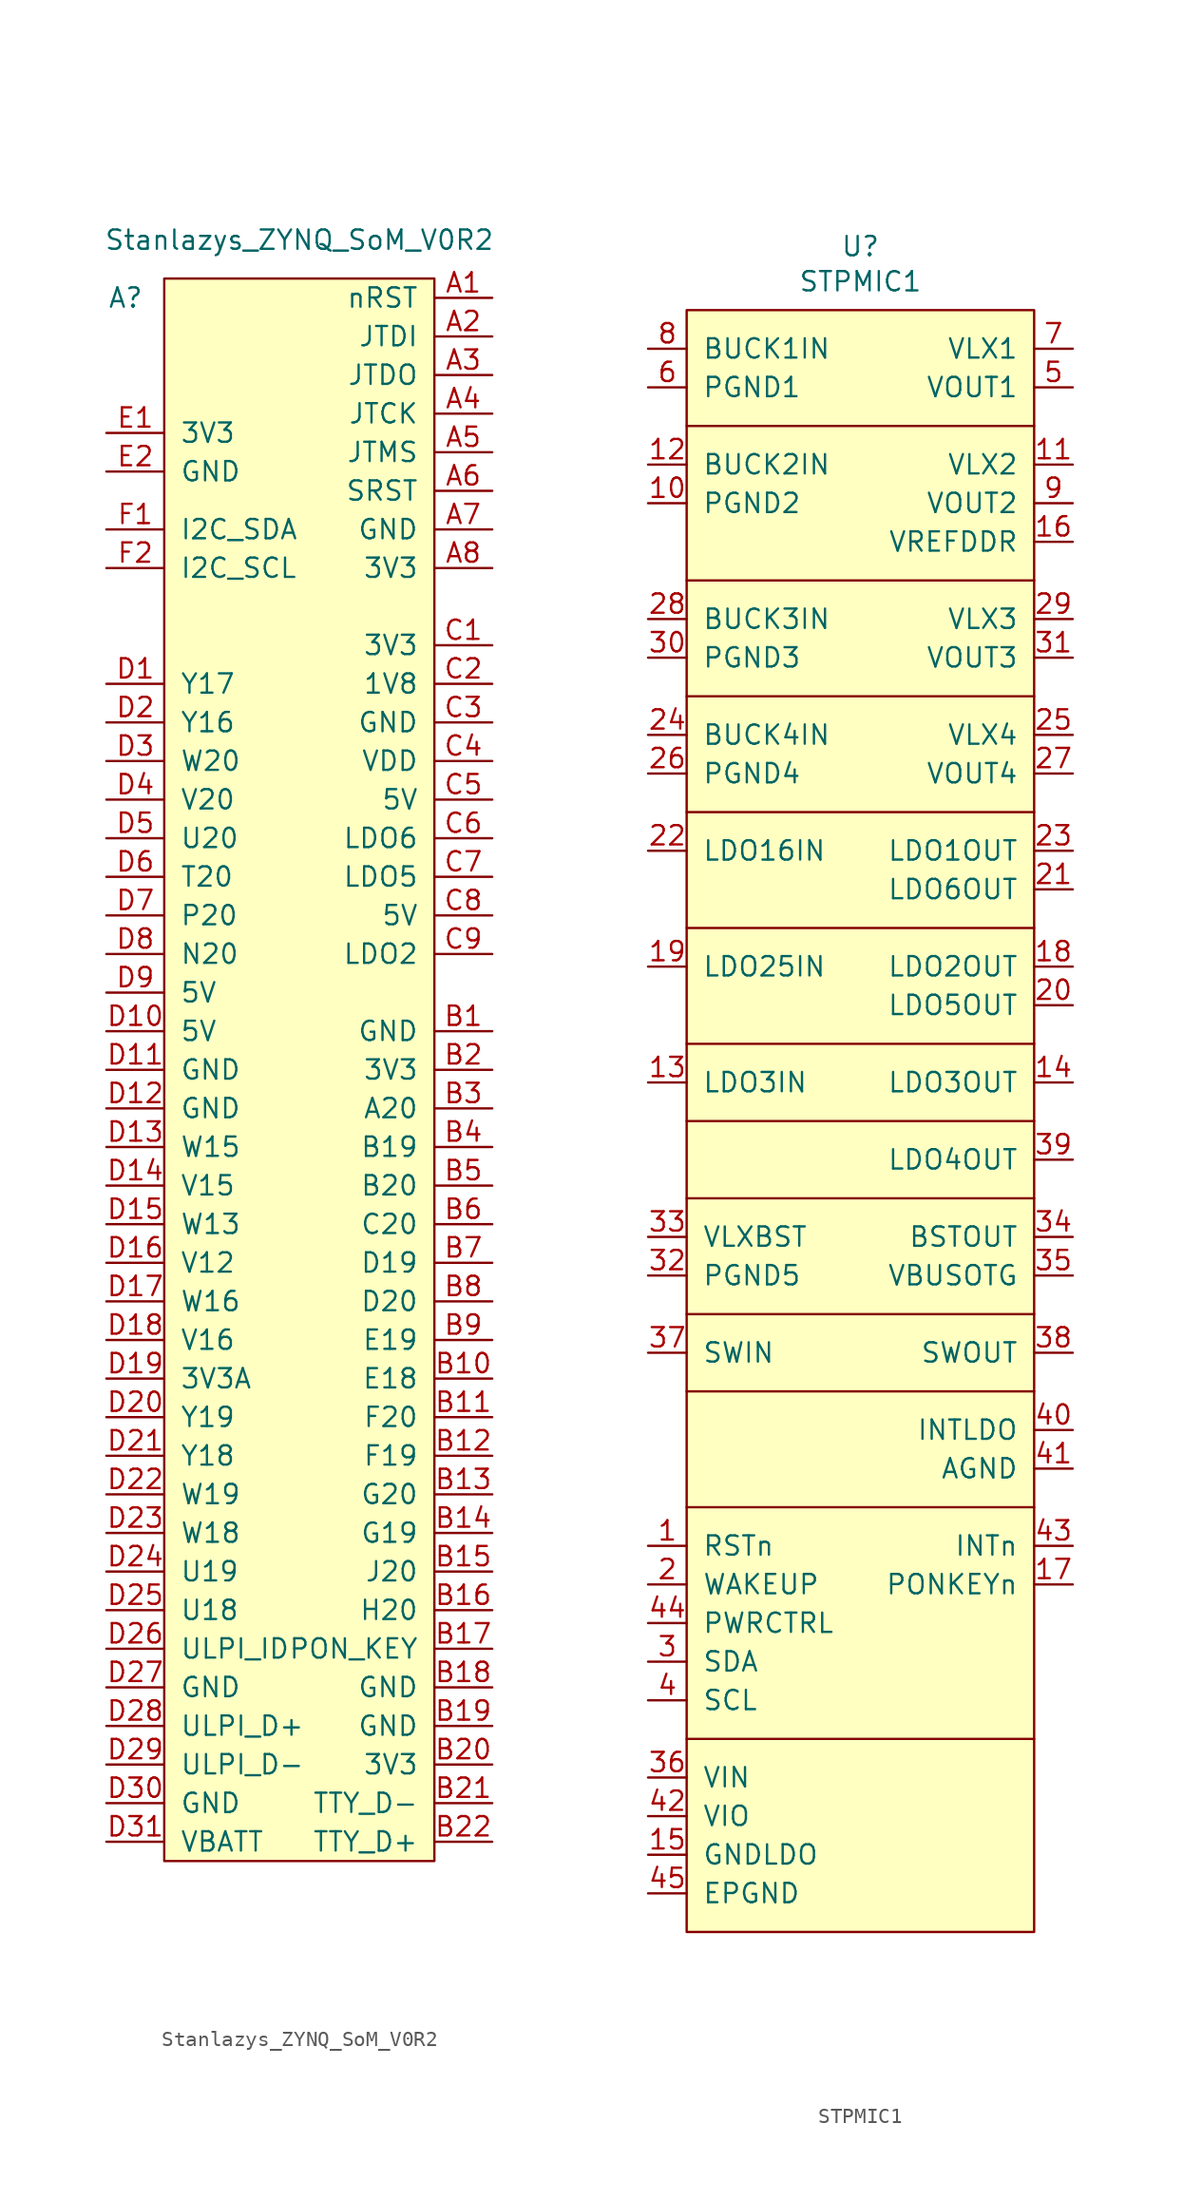
<source format=kicad_sym>
(kicad_symbol_lib
  (version 20211014)
  (generator kicad_symbol_editor)
  (symbol "Stanlazys_ZYNQ_SoM_V0R2"
    (pin_names
      (offset 1.016))
    (property "Reference" "A"
      (at -11.43 50.8 0)
      (effects (font (size 1.27 1.27))))
    (property "Value" "Stanlazys_ZYNQ_SoM_V0R2"
      (at 0 54.61 0)
      (effects (font (size 1.27 1.27))))
    (symbol "Stanlazys_ZYNQ_SoM_V0R2_0_1"
      (rectangle (start 8.89 52.07) (end -8.89 -52.07) (stroke (width 0) (type default) (color 0 0 0 0)) (fill (type background))))
    (symbol "Stanlazys_ZYNQ_SoM_V0R2_1_1"
      (pin bidirectional line (at 12.7 50.8 180) (length 3.81) (name "nRST" (effects (font (size 1.27 1.27)))) (number "A1" (effects (font (size 1.27 1.27)))))
      (pin input line (at 12.7 48.26 180) (length 3.81) (name "JTDI" (effects (font (size 1.27 1.27)))) (number "A2" (effects (font (size 1.27 1.27)))))
      (pin output line (at 12.7 45.72 180) (length 3.81) (name "JTDO" (effects (font (size 1.27 1.27)))) (number "A3" (effects (font (size 1.27 1.27)))))
      (pin bidirectional line (at 12.7 43.18 180) (length 3.81) (name "JTCK" (effects (font (size 1.27 1.27)))) (number "A4" (effects (font (size 1.27 1.27)))))
      (pin bidirectional line (at 12.7 40.64 180) (length 3.81) (name "JTMS" (effects (font (size 1.27 1.27)))) (number "A5" (effects (font (size 1.27 1.27)))))
      (pin input line (at 12.7 38.1 180) (length 3.81) (name "SRST" (effects (font (size 1.27 1.27)))) (number "A6" (effects (font (size 1.27 1.27)))))
      (pin power_in line (at 12.7 35.56 180) (length 3.81) (name "GND" (effects (font (size 1.27 1.27)))) (number "A7" (effects (font (size 1.27 1.27)))))
      (pin power_out line (at 12.7 33.02 180) (length 3.81) (name "3V3" (effects (font (size 1.27 1.27)))) (number "A8" (effects (font (size 1.27 1.27)))))
      (pin power_in line (at 12.7 2.54 180) (length 3.81) (name "GND" (effects (font (size 1.27 1.27)))) (number "B1" (effects (font (size 1.27 1.27)))))
      (pin bidirectional line (at 12.7 -20.32 180) (length 3.81) (name "E18" (effects (font (size 1.27 1.27)))) (number "B10" (effects (font (size 1.27 1.27)))))
      (pin bidirectional line (at 12.7 -22.86 180) (length 3.81) (name "F20" (effects (font (size 1.27 1.27)))) (number "B11" (effects (font (size 1.27 1.27)))))
      (pin bidirectional line (at 12.7 -25.4 180) (length 3.81) (name "F19" (effects (font (size 1.27 1.27)))) (number "B12" (effects (font (size 1.27 1.27)))))
      (pin bidirectional line (at 12.7 -27.94 180) (length 3.81) (name "G20" (effects (font (size 1.27 1.27)))) (number "B13" (effects (font (size 1.27 1.27)))))
      (pin bidirectional line (at 12.7 -30.48 180) (length 3.81) (name "G19" (effects (font (size 1.27 1.27)))) (number "B14" (effects (font (size 1.27 1.27)))))
      (pin bidirectional line (at 12.7 -33.02 180) (length 3.81) (name "J20" (effects (font (size 1.27 1.27)))) (number "B15" (effects (font (size 1.27 1.27)))))
      (pin bidirectional line (at 12.7 -35.56 180) (length 3.81) (name "H20" (effects (font (size 1.27 1.27)))) (number "B16" (effects (font (size 1.27 1.27)))))
      (pin input line (at 12.7 -38.1 180) (length 3.81) (name "PON_KEY" (effects (font (size 1.27 1.27)))) (number "B17" (effects (font (size 1.27 1.27)))))
      (pin power_in line (at 12.7 -40.64 180) (length 3.81) (name "GND" (effects (font (size 1.27 1.27)))) (number "B18" (effects (font (size 1.27 1.27)))))
      (pin power_in line (at 12.7 -43.18 180) (length 3.81) (name "GND" (effects (font (size 1.27 1.27)))) (number "B19" (effects (font (size 1.27 1.27)))))
      (pin power_out line (at 12.7 0 180) (length 3.81) (name "3V3" (effects (font (size 1.27 1.27)))) (number "B2" (effects (font (size 1.27 1.27)))))
      (pin power_out line (at 12.7 -45.72 180) (length 3.81) (name "3V3" (effects (font (size 1.27 1.27)))) (number "B20" (effects (font (size 1.27 1.27)))))
      (pin bidirectional line (at 12.7 -48.26 180) (length 3.81) (name "TTY_D-" (effects (font (size 1.27 1.27)))) (number "B21" (effects (font (size 1.27 1.27)))))
      (pin bidirectional line (at 12.7 -50.8 180) (length 3.81) (name "TTY_D+" (effects (font (size 1.27 1.27)))) (number "B22" (effects (font (size 1.27 1.27)))))
      (pin bidirectional line (at 12.7 -2.54 180) (length 3.81) (name "A20" (effects (font (size 1.27 1.27)))) (number "B3" (effects (font (size 1.27 1.27)))))
      (pin bidirectional line (at 12.7 -5.08 180) (length 3.81) (name "B19" (effects (font (size 1.27 1.27)))) (number "B4" (effects (font (size 1.27 1.27)))))
      (pin bidirectional line (at 12.7 -7.62 180) (length 3.81) (name "B20" (effects (font (size 1.27 1.27)))) (number "B5" (effects (font (size 1.27 1.27)))))
      (pin bidirectional line (at 12.7 -10.16 180) (length 3.81) (name "C20" (effects (font (size 1.27 1.27)))) (number "B6" (effects (font (size 1.27 1.27)))))
      (pin bidirectional line (at 12.7 -12.7 180) (length 3.81) (name "D19" (effects (font (size 1.27 1.27)))) (number "B7" (effects (font (size 1.27 1.27)))))
      (pin bidirectional line (at 12.7 -15.24 180) (length 3.81) (name "D20" (effects (font (size 1.27 1.27)))) (number "B8" (effects (font (size 1.27 1.27)))))
      (pin bidirectional line (at 12.7 -17.78 180) (length 3.81) (name "E19" (effects (font (size 1.27 1.27)))) (number "B9" (effects (font (size 1.27 1.27)))))
      (pin power_out line (at 12.7 27.94 180) (length 3.81) (name "3V3" (effects (font (size 1.27 1.27)))) (number "C1" (effects (font (size 1.27 1.27)))))
      (pin power_out line (at 12.7 25.4 180) (length 3.81) (name "1V8" (effects (font (size 1.27 1.27)))) (number "C2" (effects (font (size 1.27 1.27)))))
      (pin power_in line (at 12.7 22.86 180) (length 3.81) (name "GND" (effects (font (size 1.27 1.27)))) (number "C3" (effects (font (size 1.27 1.27)))))
      (pin power_out line (at 12.7 20.32 180) (length 3.81) (name "VDD" (effects (font (size 1.27 1.27)))) (number "C4" (effects (font (size 1.27 1.27)))))
      (pin power_in line (at 12.7 17.78 180) (length 3.81) (name "5V" (effects (font (size 1.27 1.27)))) (number "C5" (effects (font (size 1.27 1.27)))))
      (pin power_out line (at 12.7 15.24 180) (length 3.81) (name "LDO6" (effects (font (size 1.27 1.27)))) (number "C6" (effects (font (size 1.27 1.27)))))
      (pin power_out line (at 12.7 12.7 180) (length 3.81) (name "LDO5" (effects (font (size 1.27 1.27)))) (number "C7" (effects (font (size 1.27 1.27)))))
      (pin power_in line (at 12.7 10.16 180) (length 3.81) (name "5V" (effects (font (size 1.27 1.27)))) (number "C8" (effects (font (size 1.27 1.27)))))
      (pin power_out line (at 12.7 7.62 180) (length 3.81) (name "LDO2" (effects (font (size 1.27 1.27)))) (number "C9" (effects (font (size 1.27 1.27)))))
      (pin bidirectional line (at -12.7 25.4 0) (length 3.81) (name "Y17" (effects (font (size 1.27 1.27)))) (number "D1" (effects (font (size 1.27 1.27)))))
      (pin power_in line (at -12.7 2.54 0) (length 3.81) (name "5V" (effects (font (size 1.27 1.27)))) (number "D10" (effects (font (size 1.27 1.27)))))
      (pin power_in line (at -12.7 0 0) (length 3.81) (name "GND" (effects (font (size 1.27 1.27)))) (number "D11" (effects (font (size 1.27 1.27)))))
      (pin power_in line (at -12.7 -2.54 0) (length 3.81) (name "GND" (effects (font (size 1.27 1.27)))) (number "D12" (effects (font (size 1.27 1.27)))))
      (pin bidirectional line (at -12.7 -5.08 0) (length 3.81) (name "W15" (effects (font (size 1.27 1.27)))) (number "D13" (effects (font (size 1.27 1.27)))))
      (pin bidirectional line (at -12.7 -7.62 0) (length 3.81) (name "V15" (effects (font (size 1.27 1.27)))) (number "D14" (effects (font (size 1.27 1.27)))))
      (pin bidirectional line (at -12.7 -10.16 0) (length 3.81) (name "W13" (effects (font (size 1.27 1.27)))) (number "D15" (effects (font (size 1.27 1.27)))))
      (pin bidirectional line (at -12.7 -12.7 0) (length 3.81) (name "V12" (effects (font (size 1.27 1.27)))) (number "D16" (effects (font (size 1.27 1.27)))))
      (pin bidirectional line (at -12.7 -15.24 0) (length 3.81) (name "W16" (effects (font (size 1.27 1.27)))) (number "D17" (effects (font (size 1.27 1.27)))))
      (pin bidirectional line (at -12.7 -17.78 0) (length 3.81) (name "V16" (effects (font (size 1.27 1.27)))) (number "D18" (effects (font (size 1.27 1.27)))))
      (pin power_out line (at -12.7 -20.32 0) (length 3.81) (name "3V3A" (effects (font (size 1.27 1.27)))) (number "D19" (effects (font (size 1.27 1.27)))))
      (pin bidirectional line (at -12.7 22.86 0) (length 3.81) (name "Y16" (effects (font (size 1.27 1.27)))) (number "D2" (effects (font (size 1.27 1.27)))))
      (pin bidirectional line (at -12.7 -22.86 0) (length 3.81) (name "Y19" (effects (font (size 1.27 1.27)))) (number "D20" (effects (font (size 1.27 1.27)))))
      (pin bidirectional line (at -12.7 -25.4 0) (length 3.81) (name "Y18" (effects (font (size 1.27 1.27)))) (number "D21" (effects (font (size 1.27 1.27)))))
      (pin bidirectional line (at -12.7 -27.94 0) (length 3.81) (name "W19" (effects (font (size 1.27 1.27)))) (number "D22" (effects (font (size 1.27 1.27)))))
      (pin bidirectional line (at -12.7 -30.48 0) (length 3.81) (name "W18" (effects (font (size 1.27 1.27)))) (number "D23" (effects (font (size 1.27 1.27)))))
      (pin bidirectional line (at -12.7 -33.02 0) (length 3.81) (name "U19" (effects (font (size 1.27 1.27)))) (number "D24" (effects (font (size 1.27 1.27)))))
      (pin bidirectional line (at -12.7 -35.56 0) (length 3.81) (name "U18" (effects (font (size 1.27 1.27)))) (number "D25" (effects (font (size 1.27 1.27)))))
      (pin input line (at -12.7 -38.1 0) (length 3.81) (name "ULPI_ID" (effects (font (size 1.27 1.27)))) (number "D26" (effects (font (size 1.27 1.27)))))
      (pin power_in line (at -12.7 -40.64 0) (length 3.81) (name "GND" (effects (font (size 1.27 1.27)))) (number "D27" (effects (font (size 1.27 1.27)))))
      (pin bidirectional line (at -12.7 -43.18 0) (length 3.81) (name "ULPI_D+" (effects (font (size 1.27 1.27)))) (number "D28" (effects (font (size 1.27 1.27)))))
      (pin bidirectional line (at -12.7 -45.72 0) (length 3.81) (name "ULPI_D-" (effects (font (size 1.27 1.27)))) (number "D29" (effects (font (size 1.27 1.27)))))
      (pin bidirectional line (at -12.7 20.32 0) (length 3.81) (name "W20" (effects (font (size 1.27 1.27)))) (number "D3" (effects (font (size 1.27 1.27)))))
      (pin power_in line (at -12.7 -48.26 0) (length 3.81) (name "GND" (effects (font (size 1.27 1.27)))) (number "D30" (effects (font (size 1.27 1.27)))))
      (pin power_out line (at -12.7 -50.8 0) (length 3.81) (name "VBATT" (effects (font (size 1.27 1.27)))) (number "D31" (effects (font (size 1.27 1.27)))))
      (pin bidirectional line (at -12.7 17.78 0) (length 3.81) (name "V20" (effects (font (size 1.27 1.27)))) (number "D4" (effects (font (size 1.27 1.27)))))
      (pin bidirectional line (at -12.7 15.24 0) (length 3.81) (name "U20" (effects (font (size 1.27 1.27)))) (number "D5" (effects (font (size 1.27 1.27)))))
      (pin bidirectional line (at -12.7 12.7 0) (length 3.81) (name "T20" (effects (font (size 1.27 1.27)))) (number "D6" (effects (font (size 1.27 1.27)))))
      (pin bidirectional line (at -12.7 10.16 0) (length 3.81) (name "P20" (effects (font (size 1.27 1.27)))) (number "D7" (effects (font (size 1.27 1.27)))))
      (pin bidirectional line (at -12.7 7.62 0) (length 3.81) (name "N20" (effects (font (size 1.27 1.27)))) (number "D8" (effects (font (size 1.27 1.27)))))
      (pin power_in line (at -12.7 5.08 0) (length 3.81) (name "5V" (effects (font (size 1.27 1.27)))) (number "D9" (effects (font (size 1.27 1.27)))))
      (pin power_out line (at -12.7 41.91 0) (length 3.81) (name "3V3" (effects (font (size 1.27 1.27)))) (number "E1" (effects (font (size 1.27 1.27)))))
      (pin power_in line (at -12.7 39.37 0) (length 3.81) (name "GND" (effects (font (size 1.27 1.27)))) (number "E2" (effects (font (size 1.27 1.27)))))
      (pin bidirectional line (at -12.7 35.56 0) (length 3.81) (name "I2C_SDA" (effects (font (size 1.27 1.27)))) (number "F1" (effects (font (size 1.27 1.27)))))
      (pin bidirectional line (at -12.7 33.02 0) (length 3.81) (name "I2C_SCL" (effects (font (size 1.27 1.27)))) (number "F2" (effects (font (size 1.27 1.27)))))))
  (symbol "STPMIC1"
    (pin_names
      (offset 1.016))
    (property "Reference" "U"
      (at 0 57.531 0)
      (effects (font (size 1.27 1.27))))
    (property "Value" "STPMIC1"
      (at 0 55.22 0)
      (effects (font (size 1.27 1.27))))
    (symbol "STPMIC1_0_1"
      (rectangle (start -11.43 53.34) (end 11.43 -53.34) (stroke (width 0) (type default) (color 0 0 0 0)) (fill (type background)))
      (polyline (pts (xy -11.43 -40.64) (xy 11.43 -40.64)) (stroke (width 0) (type default) (color 0 0 0 0)) (fill (type none)))
      (polyline (pts (xy -11.43 45.72) (xy 11.43 45.72)) (stroke (width 0) (type default) (color 0 0 0 0)) (fill (type none)))
      (polyline (pts (xy 11.43 -25.4) (xy -11.43 -25.4)) (stroke (width 0) (type default) (color 0 0 0 0)) (fill (type none)))
      (polyline (pts (xy 11.43 -17.78) (xy -11.43 -17.78)) (stroke (width 0) (type default) (color 0 0 0 0)) (fill (type none)))
      (polyline (pts (xy 11.43 -12.7) (xy -11.43 -12.7)) (stroke (width 0) (type default) (color 0 0 0 0)) (fill (type none)))
      (polyline (pts (xy 11.43 -5.08) (xy -11.43 -5.08)) (stroke (width 0) (type default) (color 0 0 0 0)) (fill (type none)))
      (polyline (pts (xy 11.43 0) (xy -11.43 0)) (stroke (width 0) (type default) (color 0 0 0 0)) (fill (type none)))
      (polyline (pts (xy 11.43 5.08) (xy -11.43 5.08)) (stroke (width 0) (type default) (color 0 0 0 0)) (fill (type none)))
      (polyline (pts (xy 11.43 12.7) (xy -11.43 12.7)) (stroke (width 0) (type default) (color 0 0 0 0)) (fill (type none)))
      (polyline (pts (xy 11.43 20.32) (xy -11.43 20.32)) (stroke (width 0) (type default) (color 0 0 0 0)) (fill (type none)))
      (polyline (pts (xy 11.43 27.94) (xy -11.43 27.94)) (stroke (width 0) (type default) (color 0 0 0 0)) (fill (type none)))
      (polyline (pts (xy 11.43 35.56) (xy -11.43 35.56)) (stroke (width 0) (type default) (color 0 0 0 0)) (fill (type none))))
    (symbol "STPMIC1_1_1"
      (pin bidirectional line (at -13.97 -27.94 0) (length 2.54) (name "RSTn" (effects (font (size 1.27 1.27)))) (number "1" (effects (font (size 1.27 1.27)))))
      (pin power_in line (at -13.97 40.64 0) (length 2.54) (name "PGND2" (effects (font (size 1.27 1.27)))) (number "10" (effects (font (size 1.27 1.27)))))
      (pin power_out line (at 13.97 43.18 180) (length 2.54) (name "VLX2" (effects (font (size 1.27 1.27)))) (number "11" (effects (font (size 1.27 1.27)))))
      (pin power_in line (at -13.97 43.18 0) (length 2.54) (name "BUCK2IN" (effects (font (size 1.27 1.27)))) (number "12" (effects (font (size 1.27 1.27)))))
      (pin power_in line (at -13.97 2.54 0) (length 2.54) (name "LDO3IN" (effects (font (size 1.27 1.27)))) (number "13" (effects (font (size 1.27 1.27)))))
      (pin power_out line (at 13.97 2.54 180) (length 2.54) (name "LDO3OUT" (effects (font (size 1.27 1.27)))) (number "14" (effects (font (size 1.27 1.27)))))
      (pin power_in line (at -13.97 -48.26 0) (length 2.54) (name "GNDLDO" (effects (font (size 1.27 1.27)))) (number "15" (effects (font (size 1.27 1.27)))))
      (pin power_out line (at 13.97 38.1 180) (length 2.54) (name "VREFDDR" (effects (font (size 1.27 1.27)))) (number "16" (effects (font (size 1.27 1.27)))))
      (pin input line (at 13.97 -30.48 180) (length 2.54) (name "PONKEYn" (effects (font (size 1.27 1.27)))) (number "17" (effects (font (size 1.27 1.27)))))
      (pin power_out line (at 13.97 10.16 180) (length 2.54) (name "LDO2OUT" (effects (font (size 1.27 1.27)))) (number "18" (effects (font (size 1.27 1.27)))))
      (pin power_in line (at -13.97 10.16 0) (length 2.54) (name "LDO25IN" (effects (font (size 1.27 1.27)))) (number "19" (effects (font (size 1.27 1.27)))))
      (pin input line (at -13.97 -30.48 0) (length 2.54) (name "WAKEUP" (effects (font (size 1.27 1.27)))) (number "2" (effects (font (size 1.27 1.27)))))
      (pin power_out line (at 13.97 7.62 180) (length 2.54) (name "LDO5OUT" (effects (font (size 1.27 1.27)))) (number "20" (effects (font (size 1.27 1.27)))))
      (pin power_out line (at 13.97 15.24 180) (length 2.54) (name "LDO6OUT" (effects (font (size 1.27 1.27)))) (number "21" (effects (font (size 1.27 1.27)))))
      (pin power_in line (at -13.97 17.78 0) (length 2.54) (name "LDO16IN" (effects (font (size 1.27 1.27)))) (number "22" (effects (font (size 1.27 1.27)))))
      (pin power_out line (at 13.97 17.78 180) (length 2.54) (name "LDO1OUT" (effects (font (size 1.27 1.27)))) (number "23" (effects (font (size 1.27 1.27)))))
      (pin power_in line (at -13.97 25.4 0) (length 2.54) (name "BUCK4IN" (effects (font (size 1.27 1.27)))) (number "24" (effects (font (size 1.27 1.27)))))
      (pin power_out line (at 13.97 25.4 180) (length 2.54) (name "VLX4" (effects (font (size 1.27 1.27)))) (number "25" (effects (font (size 1.27 1.27)))))
      (pin power_in line (at -13.97 22.86 0) (length 2.54) (name "PGND4" (effects (font (size 1.27 1.27)))) (number "26" (effects (font (size 1.27 1.27)))))
      (pin input line (at 13.97 22.86 180) (length 2.54) (name "VOUT4" (effects (font (size 1.27 1.27)))) (number "27" (effects (font (size 1.27 1.27)))))
      (pin power_in line (at -13.97 33.02 0) (length 2.54) (name "BUCK3IN" (effects (font (size 1.27 1.27)))) (number "28" (effects (font (size 1.27 1.27)))))
      (pin power_out line (at 13.97 33.02 180) (length 2.54) (name "VLX3" (effects (font (size 1.27 1.27)))) (number "29" (effects (font (size 1.27 1.27)))))
      (pin bidirectional line (at -13.97 -35.56 0) (length 2.54) (name "SDA" (effects (font (size 1.27 1.27)))) (number "3" (effects (font (size 1.27 1.27)))))
      (pin power_in line (at -13.97 30.48 0) (length 2.54) (name "PGND3" (effects (font (size 1.27 1.27)))) (number "30" (effects (font (size 1.27 1.27)))))
      (pin input line (at 13.97 30.48 180) (length 2.54) (name "VOUT3" (effects (font (size 1.27 1.27)))) (number "31" (effects (font (size 1.27 1.27)))))
      (pin power_in line (at -13.97 -10.16 0) (length 2.54) (name "PGND5" (effects (font (size 1.27 1.27)))) (number "32" (effects (font (size 1.27 1.27)))))
      (pin power_in line (at -13.97 -7.62 0) (length 2.54) (name "VLXBST" (effects (font (size 1.27 1.27)))) (number "33" (effects (font (size 1.27 1.27)))))
      (pin power_out line (at 13.97 -7.62 180) (length 2.54) (name "BSTOUT" (effects (font (size 1.27 1.27)))) (number "34" (effects (font (size 1.27 1.27)))))
      (pin power_out line (at 13.97 -10.16 180) (length 2.54) (name "VBUSOTG" (effects (font (size 1.27 1.27)))) (number "35" (effects (font (size 1.27 1.27)))))
      (pin power_in line (at -13.97 -43.18 0) (length 2.54) (name "VIN" (effects (font (size 1.27 1.27)))) (number "36" (effects (font (size 1.27 1.27)))))
      (pin power_in line (at -13.97 -15.24 0) (length 2.54) (name "SWIN" (effects (font (size 1.27 1.27)))) (number "37" (effects (font (size 1.27 1.27)))))
      (pin power_out line (at 13.97 -15.24 180) (length 2.54) (name "SWOUT" (effects (font (size 1.27 1.27)))) (number "38" (effects (font (size 1.27 1.27)))))
      (pin power_out line (at 13.97 -2.54 180) (length 2.54) (name "LDO4OUT" (effects (font (size 1.27 1.27)))) (number "39" (effects (font (size 1.27 1.27)))))
      (pin input line (at -13.97 -38.1 0) (length 2.54) (name "SCL" (effects (font (size 1.27 1.27)))) (number "4" (effects (font (size 1.27 1.27)))))
      (pin power_out line (at 13.97 -20.32 180) (length 2.54) (name "INTLDO" (effects (font (size 1.27 1.27)))) (number "40" (effects (font (size 1.27 1.27)))))
      (pin power_in line (at 13.97 -22.86 180) (length 2.54) (name "AGND" (effects (font (size 1.27 1.27)))) (number "41" (effects (font (size 1.27 1.27)))))
      (pin input line (at -13.97 -45.72 0) (length 2.54) (name "VIO" (effects (font (size 1.27 1.27)))) (number "42" (effects (font (size 1.27 1.27)))))
      (pin output line (at 13.97 -27.94 180) (length 2.54) (name "INTn" (effects (font (size 1.27 1.27)))) (number "43" (effects (font (size 1.27 1.27)))))
      (pin input line (at -13.97 -33.02 0) (length 2.54) (name "PWRCTRL" (effects (font (size 1.27 1.27)))) (number "44" (effects (font (size 1.27 1.27)))))
      (pin power_in line (at -13.97 -50.8 0) (length 2.54) (name "EPGND" (effects (font (size 1.27 1.27)))) (number "45" (effects (font (size 1.27 1.27)))))
      (pin input line (at 13.97 48.26 180) (length 2.54) (name "VOUT1" (effects (font (size 1.27 1.27)))) (number "5" (effects (font (size 1.27 1.27)))))
      (pin power_in line (at -13.97 48.26 0) (length 2.54) (name "PGND1" (effects (font (size 1.27 1.27)))) (number "6" (effects (font (size 1.27 1.27)))))
      (pin power_out line (at 13.97 50.8 180) (length 2.54) (name "VLX1" (effects (font (size 1.27 1.27)))) (number "7" (effects (font (size 1.27 1.27)))))
      (pin power_in line (at -13.97 50.8 0) (length 2.54) (name "BUCK1IN" (effects (font (size 1.27 1.27)))) (number "8" (effects (font (size 1.27 1.27)))))
      (pin input line (at 13.97 40.64 180) (length 2.54) (name "VOUT2" (effects (font (size 1.27 1.27)))) (number "9" (effects (font (size 1.27 1.27))))))))
</source>
